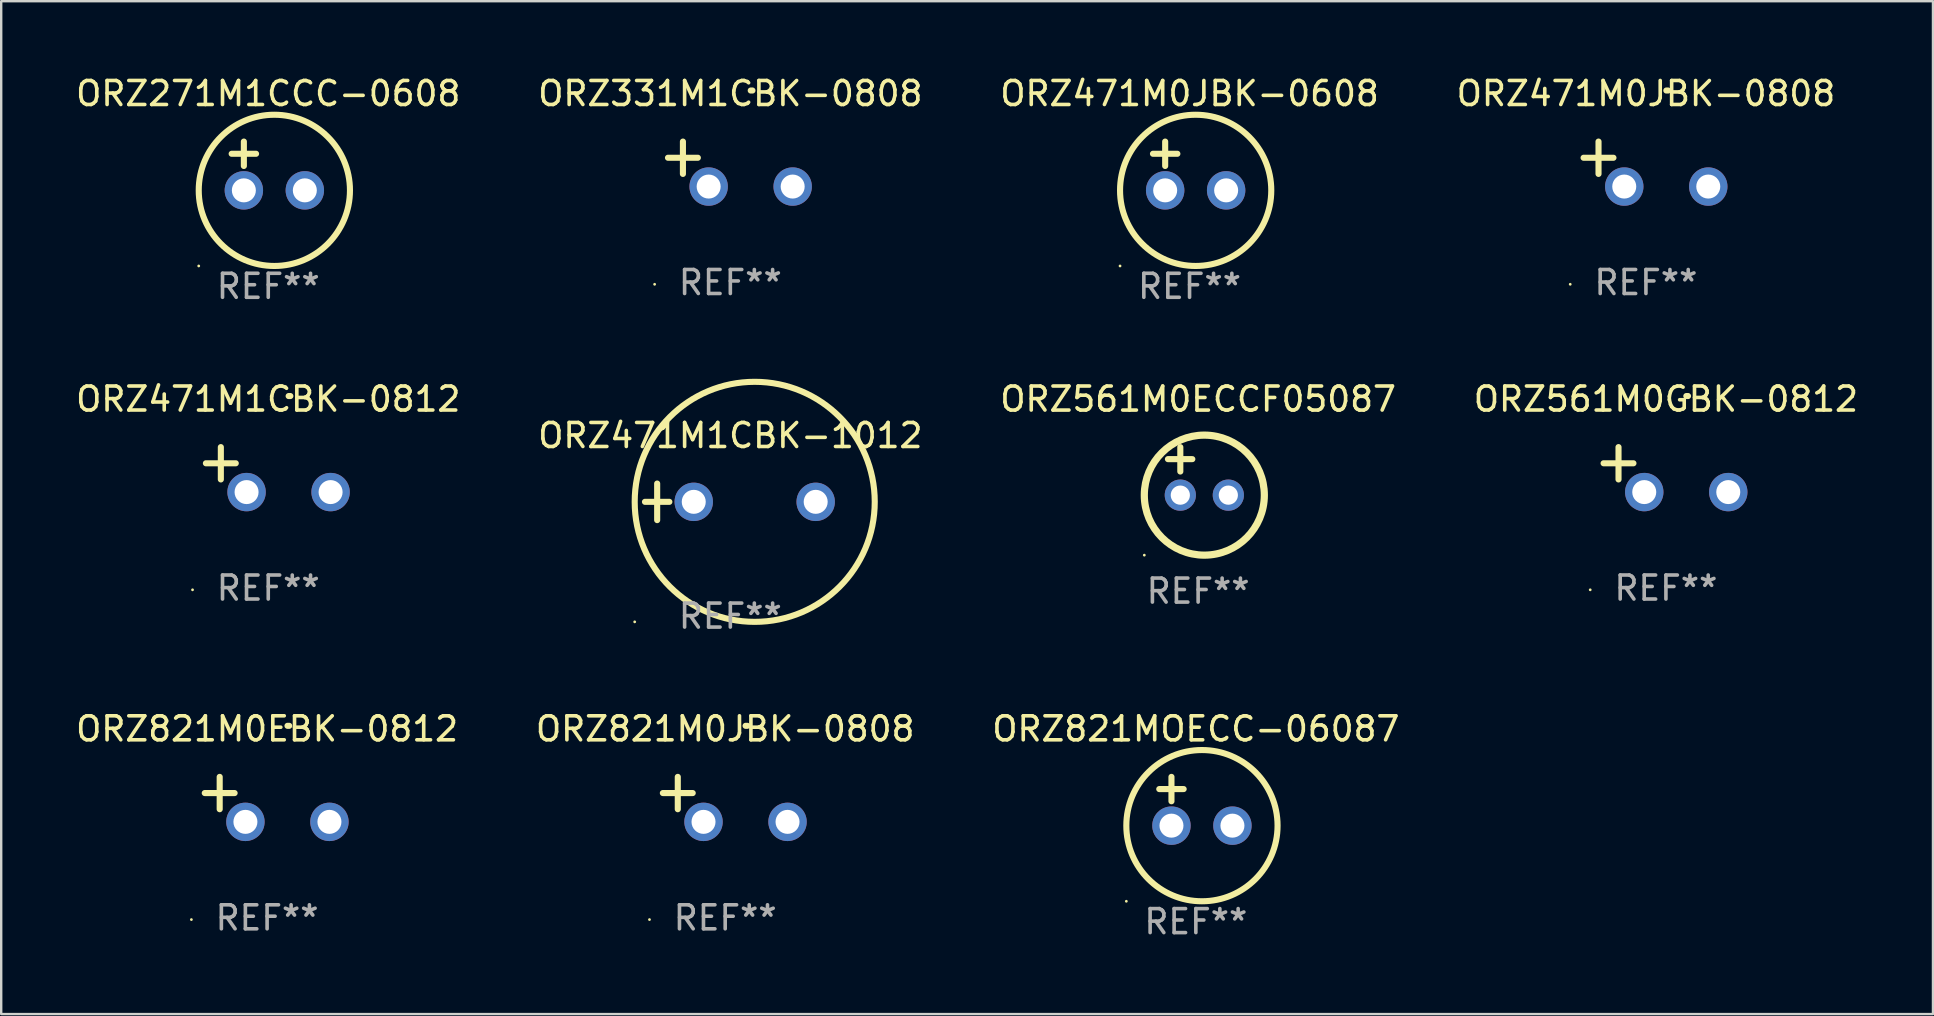
<source format=kicad_pcb>
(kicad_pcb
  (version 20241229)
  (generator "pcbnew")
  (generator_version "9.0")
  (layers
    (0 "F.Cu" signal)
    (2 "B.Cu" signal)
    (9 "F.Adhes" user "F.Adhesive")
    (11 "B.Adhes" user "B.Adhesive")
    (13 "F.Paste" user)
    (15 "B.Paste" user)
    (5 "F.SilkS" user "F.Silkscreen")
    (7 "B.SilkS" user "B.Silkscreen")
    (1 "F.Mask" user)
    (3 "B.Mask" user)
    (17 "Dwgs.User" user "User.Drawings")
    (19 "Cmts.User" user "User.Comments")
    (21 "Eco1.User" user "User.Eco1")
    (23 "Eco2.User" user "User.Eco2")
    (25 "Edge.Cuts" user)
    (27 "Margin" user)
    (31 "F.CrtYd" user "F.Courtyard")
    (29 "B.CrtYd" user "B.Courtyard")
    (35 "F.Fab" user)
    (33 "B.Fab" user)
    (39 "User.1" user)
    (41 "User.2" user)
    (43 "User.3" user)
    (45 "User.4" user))
  (footprint "ORZ331M1CBK-0808"
    (layer "F.Cu")
    (at 27.375 3.785)
    (property "Reference" "ORZ331M1CBK-0808" (at 0 -2.937 0) (layer "F.SilkS") (effects (font (size 1 1) (thickness 0.15))))
    (attr through_hole)
    (fp_line (start -1.975 0.41) (end -1.975 -0.937) (stroke (width 0.254) (type solid)) (layer "F.SilkS"))
    (fp_line (start -1.353 -0.263) (end -2.597 -0.263) (stroke (width 0.254) (type solid)) (layer "F.SilkS"))
    (fp_arc (start 0.849809 -3.063957) (mid 0.885369 -3.064114) (end 0.920929 -3.063957) (stroke (width 0.254001) (type solid)) (layer "F.SilkS"))
    (fp_circle (center -3.154 5.008) (end -3.124 5.008) (stroke (width 0.06) (type solid)) (fill no) (layer "F.SilkS"))
    (fp_text user "REF**" (at 0 4.937 0) (layer "F.Fab") (effects (font (size 1 1) (thickness 0.15))))
    (pad "1" thru_hole circle (at -0.903 0.937) (size 1.6 1.6) (drill 1) (layers "*.Cu" "*.Mask"))
    (pad "2" thru_hole circle (at 2.597 0.937) (size 1.6 1.6) (drill 1) (layers "*.Cu" "*.Mask")))
  (footprint "ORZ561M0ECCF05087"
    (layer "F.Cu")
    (at 46.863 16.577)
    (property "Reference" "ORZ561M0ECCF05087" (at 0 -3 0) (layer "F.SilkS") (effects (font (size 1 1) (thickness 0.15))))
    (attr through_hole)
    (fp_line (start -1.258 -0.5) (end -0.242 -0.5) (stroke (width 0.254) (type solid)) (layer "F.SilkS"))
    (fp_line (start -0.742 -1) (end -0.742 0.016) (stroke (width 0.254) (type solid)) (layer "F.SilkS"))
    (fp_circle (center -2.242 3.5) (end -2.212 3.5) (stroke (width 0.06) (type solid)) (fill no) (layer "F.SilkS"))
    (fp_circle (center 0.258 1) (end 2.758 1) (stroke (width 0.3) (type solid)) (fill no) (layer "F.SilkS"))
    (fp_text user "REF**" (at 0 5 0) (layer "F.Fab") (effects (font (size 1 1) (thickness 0.15))))
    (pad "1" thru_hole circle (at -0.742 1) (size 1.3 1.3) (drill 0.8) (layers "*.Cu" "*.Mask"))
    (pad "2" thru_hole circle (at 1.258 1) (size 1.3 1.3) (drill 0.8) (layers "*.Cu" "*.Mask")))
  (footprint "ORZ471M1CBK-1012"
    (layer "F.Cu")
    (at 27.375 17.856)
    (property "Reference" "ORZ471M1CBK-1012" (at 0 -2.762 0) (layer "F.SilkS") (effects (font (size 1 1) (thickness 0.15))))
    (attr through_hole)
    (fp_line (start -3.556 0) (end -2.54 0) (stroke (width 0.254) (type solid)) (layer "F.SilkS"))
    (fp_line (start -3.048 -0.762) (end -3.048 0.762) (stroke (width 0.254) (type solid)) (layer "F.SilkS"))
    (fp_circle (center -3.984 5) (end -3.954 5) (stroke (width 0.06) (type solid)) (fill no) (layer "F.SilkS"))
    (fp_circle (center 1.016 0) (end 6.016 0) (stroke (width 0.254) (type solid)) (fill no) (layer "F.SilkS"))
    (fp_text user "REF**" (at 0 4.762 0) (layer "F.Fab") (effects (font (size 1 1) (thickness 0.15))))
    (pad "1" thru_hole circle (at -1.524 0) (size 1.6 1.6) (drill 1) (layers "*.Cu" "*.Mask"))
    (pad "2" thru_hole circle (at 3.556 0) (size 1.6 1.6) (drill 1) (layers "*.Cu" "*.Mask")))
  (footprint "ORZ471M0JBK-0608"
    (layer "F.Cu")
    (at 46.506 3.864)
    (property "Reference" "ORZ471M0JBK-0608" (at 0 -3.016 0) (layer "F.SilkS") (effects (font (size 1 1) (thickness 0.15))))
    (attr through_hole)
    (fp_line (start -1.524 -0.508) (end -0.508 -0.508) (stroke (width 0.254) (type solid)) (layer "F.SilkS"))
    (fp_line (start -1.016 -1.016) (end -1.016 0) (stroke (width 0.254) (type solid)) (layer "F.SilkS"))
    (fp_circle (center -2.896 4.166) (end -2.866 4.166) (stroke (width 0.06) (type solid)) (fill no) (layer "F.SilkS"))
    (fp_circle (center 0.254 1.016) (end 3.404 1.016) (stroke (width 0.254) (type solid)) (fill no) (layer "F.SilkS"))
    (fp_text user "REF**" (at 0 5.016 0) (layer "F.Fab") (effects (font (size 1 1) (thickness 0.15))))
    (pad "1" thru_hole circle (at -1.016 1.016) (size 1.6 1.6) (drill 1) (layers "*.Cu" "*.Mask"))
    (pad "2" thru_hole circle (at 1.524 1.016) (size 1.6 1.6) (drill 1) (layers "*.Cu" "*.Mask")))
  (footprint "ORZ271M1CCC-0608"
    (layer "F.Cu")
    (at 8.125 3.864)
    (property "Reference" "ORZ271M1CCC-0608" (at 0 -3.016 0) (layer "F.SilkS") (effects (font (size 1 1) (thickness 0.15))))
    (attr through_hole)
    (fp_line (start -1.524 -0.508) (end -0.508 -0.508) (stroke (width 0.254) (type solid)) (layer "F.SilkS"))
    (fp_line (start -1.016 -1.016) (end -1.016 0) (stroke (width 0.254) (type solid)) (layer "F.SilkS"))
    (fp_circle (center -2.896 4.166) (end -2.866 4.166) (stroke (width 0.06) (type solid)) (fill no) (layer "F.SilkS"))
    (fp_circle (center 0.254 1.016) (end 3.404 1.016) (stroke (width 0.254) (type solid)) (fill no) (layer "F.SilkS"))
    (fp_text user "REF**" (at 0 5.016 0) (layer "F.Fab") (effects (font (size 1 1) (thickness 0.15))))
    (pad "1" thru_hole circle (at -1.016 1.016) (size 1.6 1.6) (drill 1) (layers "*.Cu" "*.Mask"))
    (pad "2" thru_hole circle (at 1.524 1.016) (size 1.6 1.6) (drill 1) (layers "*.Cu" "*.Mask")))
  (footprint "ORZ821M0JBK-0808"
    (layer "F.Cu")
    (at 27.161 30.251)
    (property "Reference" "ORZ821M0JBK-0808" (at 0 -2.937 0) (layer "F.SilkS") (effects (font (size 1 1) (thickness 0.15))))
    (attr through_hole)
    (fp_line (start -1.975 0.41) (end -1.975 -0.937) (stroke (width 0.254) (type solid)) (layer "F.SilkS"))
    (fp_line (start -1.353 -0.263) (end -2.597 -0.263) (stroke (width 0.254) (type solid)) (layer "F.SilkS"))
    (fp_arc (start 0.849809 -3.063957) (mid 0.885369 -3.064114) (end 0.920929 -3.063957) (stroke (width 0.254001) (type solid)) (layer "F.SilkS"))
    (fp_circle (center -3.154 5.008) (end -3.124 5.008) (stroke (width 0.06) (type solid)) (fill no) (layer "F.SilkS"))
    (fp_text user "REF**" (at 0 4.937 0) (layer "F.Fab") (effects (font (size 1 1) (thickness 0.15))))
    (pad "1" thru_hole circle (at -0.903 0.937) (size 1.6 1.6) (drill 1) (layers "*.Cu" "*.Mask"))
    (pad "2" thru_hole circle (at 2.597 0.937) (size 1.6 1.6) (drill 1) (layers "*.Cu" "*.Mask")))
  (footprint "ORZ471M0JBK-0808"
    (layer "F.Cu")
    (at 65.518 3.785)
    (property "Reference" "ORZ471M0JBK-0808" (at 0 -2.937 0) (layer "F.SilkS") (effects (font (size 1 1) (thickness 0.15))))
    (attr through_hole)
    (fp_line (start -1.975 0.41) (end -1.975 -0.937) (stroke (width 0.254) (type solid)) (layer "F.SilkS"))
    (fp_line (start -1.353 -0.263) (end -2.597 -0.263) (stroke (width 0.254) (type solid)) (layer "F.SilkS"))
    (fp_arc (start 0.849809 -3.063957) (mid 0.885369 -3.064114) (end 0.920929 -3.063957) (stroke (width 0.254001) (type solid)) (layer "F.SilkS"))
    (fp_circle (center -3.154 5.008) (end -3.124 5.008) (stroke (width 0.06) (type solid)) (fill no) (layer "F.SilkS"))
    (fp_text user "REF**" (at 0 4.937 0) (layer "F.Fab") (effects (font (size 1 1) (thickness 0.15))))
    (pad "1" thru_hole circle (at -0.903 0.937) (size 1.6 1.6) (drill 1) (layers "*.Cu" "*.Mask"))
    (pad "2" thru_hole circle (at 2.597 0.937) (size 1.6 1.6) (drill 1) (layers "*.Cu" "*.Mask")))
  (footprint "ORZ471M1CBK-0812"
    (layer "F.Cu")
    (at 8.125 16.513)
    (property "Reference" "ORZ471M1CBK-0812" (at 0 -2.937 0) (layer "F.SilkS") (effects (font (size 1 1) (thickness 0.15))))
    (attr through_hole)
    (fp_line (start -1.975 0.41) (end -1.975 -0.937) (stroke (width 0.254) (type solid)) (layer "F.SilkS"))
    (fp_line (start -1.353 -0.263) (end -2.597 -0.263) (stroke (width 0.254) (type solid)) (layer "F.SilkS"))
    (fp_arc (start 0.849809 -3.063957) (mid 0.885369 -3.064114) (end 0.920929 -3.063957) (stroke (width 0.254001) (type solid)) (layer "F.SilkS"))
    (fp_circle (center -3.154 5.008) (end -3.124 5.008) (stroke (width 0.06) (type solid)) (fill no) (layer "F.SilkS"))
    (fp_text user "REF**" (at 0 4.937 0) (layer "F.Fab") (effects (font (size 1 1) (thickness 0.15))))
    (pad "1" thru_hole circle (at -0.903 0.937) (size 1.6 1.6) (drill 1) (layers "*.Cu" "*.Mask"))
    (pad "2" thru_hole circle (at 2.597 0.937) (size 1.6 1.6) (drill 1) (layers "*.Cu" "*.Mask")))
  (footprint "ORZ821M0EBK-0812"
    (layer "F.Cu")
    (at 8.077 30.251)
    (property "Reference" "ORZ821M0EBK-0812" (at 0 -2.937 0) (layer "F.SilkS") (effects (font (size 1 1) (thickness 0.15))))
    (attr through_hole)
    (fp_line (start -1.975 0.41) (end -1.975 -0.937) (stroke (width 0.254) (type solid)) (layer "F.SilkS"))
    (fp_line (start -1.353 -0.263) (end -2.597 -0.263) (stroke (width 0.254) (type solid)) (layer "F.SilkS"))
    (fp_arc (start 0.849809 -3.063957) (mid 0.885369 -3.064114) (end 0.920929 -3.063957) (stroke (width 0.254001) (type solid)) (layer "F.SilkS"))
    (fp_circle (center -3.154 5.008) (end -3.124 5.008) (stroke (width 0.06) (type solid)) (fill no) (layer "F.SilkS"))
    (fp_text user "REF**" (at 0 4.937 0) (layer "F.Fab") (effects (font (size 1 1) (thickness 0.15))))
    (pad "1" thru_hole circle (at -0.903 0.937) (size 1.6 1.6) (drill 1) (layers "*.Cu" "*.Mask"))
    (pad "2" thru_hole circle (at 2.597 0.937) (size 1.6 1.6) (drill 1) (layers "*.Cu" "*.Mask")))
  (footprint "ORZ821MOECC-06087"
    (layer "F.Cu")
    (at 46.768 30.33)
    (property "Reference" "ORZ821MOECC-06087" (at 0 -3.016 0) (layer "F.SilkS") (effects (font (size 1 1) (thickness 0.15))))
    (attr through_hole)
    (fp_line (start -1.524 -0.508) (end -0.508 -0.508) (stroke (width 0.254) (type solid)) (layer "F.SilkS"))
    (fp_line (start -1.016 -1.016) (end -1.016 0) (stroke (width 0.254) (type solid)) (layer "F.SilkS"))
    (fp_circle (center -2.896 4.166) (end -2.866 4.166) (stroke (width 0.06) (type solid)) (fill no) (layer "F.SilkS"))
    (fp_circle (center 0.254 1.016) (end 3.404 1.016) (stroke (width 0.254) (type solid)) (fill no) (layer "F.SilkS"))
    (fp_text user "REF**" (at 0 5.016 0) (layer "F.Fab") (effects (font (size 1 1) (thickness 0.15))))
    (pad "1" thru_hole circle (at -1.016 1.016) (size 1.6 1.6) (drill 1) (layers "*.Cu" "*.Mask"))
    (pad "2" thru_hole circle (at 1.524 1.016) (size 1.6 1.6) (drill 1) (layers "*.Cu" "*.Mask")))
  (footprint "ORZ561M0GBK-0812"
    (layer "F.Cu")
    (at 66.351 16.513)
    (property "Reference" "ORZ561M0GBK-0812" (at 0 -2.937 0) (layer "F.SilkS") (effects (font (size 1 1) (thickness 0.15))))
    (attr through_hole)
    (fp_line (start -1.975 0.41) (end -1.975 -0.937) (stroke (width 0.254) (type solid)) (layer "F.SilkS"))
    (fp_line (start -1.353 -0.263) (end -2.597 -0.263) (stroke (width 0.254) (type solid)) (layer "F.SilkS"))
    (fp_arc (start 0.849809 -3.063957) (mid 0.885369 -3.064114) (end 0.920929 -3.063957) (stroke (width 0.254001) (type solid)) (layer "F.SilkS"))
    (fp_circle (center -3.154 5.008) (end -3.124 5.008) (stroke (width 0.06) (type solid)) (fill no) (layer "F.SilkS"))
    (fp_text user "REF**" (at 0 4.937 0) (layer "F.Fab") (effects (font (size 1 1) (thickness 0.15))))
    (pad "1" thru_hole circle (at -0.903 0.937) (size 1.6 1.6) (drill 1) (layers "*.Cu" "*.Mask"))
    (pad "2" thru_hole circle (at 2.597 0.937) (size 1.6 1.6) (drill 1) (layers "*.Cu" "*.Mask")))
  (gr_rect
    (start -3 -3)
    (end 77.476 39.194)
    (stroke (width 0.1) (type default))
    (fill no)
    (layer "Edge.Cuts")))
</source>
